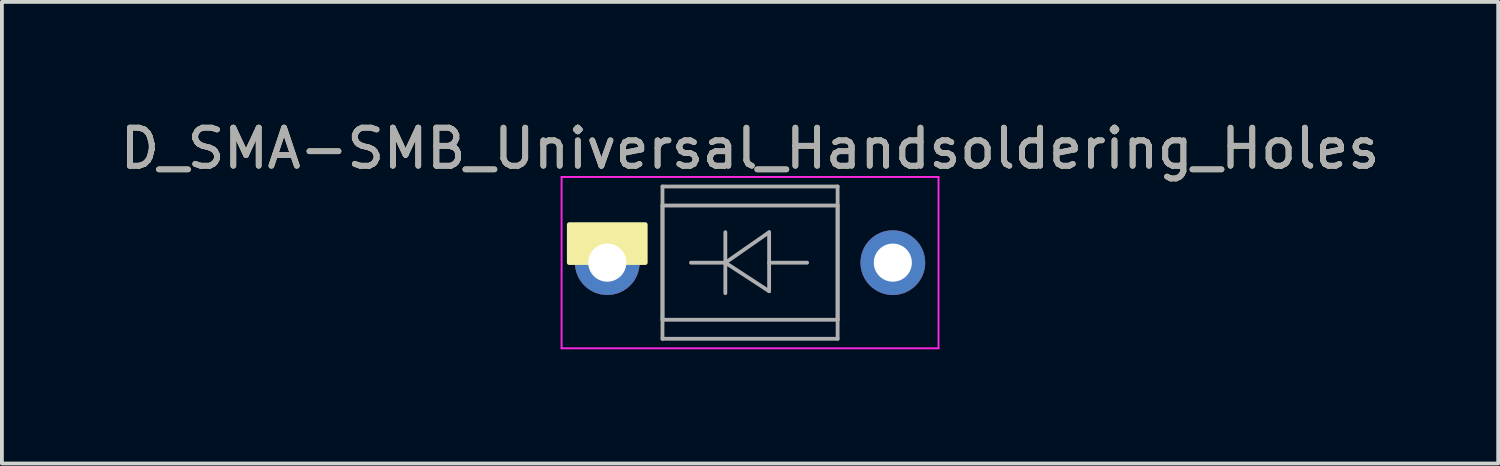
<source format=kicad_pcb>
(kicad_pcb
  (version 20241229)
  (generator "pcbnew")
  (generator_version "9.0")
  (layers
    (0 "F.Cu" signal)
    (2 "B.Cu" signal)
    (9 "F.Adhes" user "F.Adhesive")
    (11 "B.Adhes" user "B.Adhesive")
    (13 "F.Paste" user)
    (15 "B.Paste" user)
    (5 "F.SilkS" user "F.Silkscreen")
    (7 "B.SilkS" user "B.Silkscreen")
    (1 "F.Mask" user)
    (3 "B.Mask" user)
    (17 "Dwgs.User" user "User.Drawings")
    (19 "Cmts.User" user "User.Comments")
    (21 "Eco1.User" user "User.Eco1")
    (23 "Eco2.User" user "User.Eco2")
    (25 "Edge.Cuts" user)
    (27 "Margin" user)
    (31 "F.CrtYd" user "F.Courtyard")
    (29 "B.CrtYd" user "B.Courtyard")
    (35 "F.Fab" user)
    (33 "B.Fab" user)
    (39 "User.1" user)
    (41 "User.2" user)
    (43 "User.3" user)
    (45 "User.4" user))
  (footprint "D_SMA-SMB_Universal_Handsoldering_Holes"
    (layer "F.Cu")
    (at 16.649 3.848)
    (property "Reference" "D_SMA-SMB_Universal_Handsoldering_Holes" (at 0 -3 0) (layer "F.SilkS") (effects (font (size 1 1) (thickness 0.15))))
    (attr smd)
    (fp_poly (pts (xy -2.75 0) (xy -4.75 0) (xy -4.75 -1) (xy -2.75 -1)) (stroke (width 0.12) (type solid)) (fill yes) (layer "F.SilkS"))
    (fp_line (start -4.95 -2.25) (end 4.95 -2.25) (stroke (width 0.05) (type solid)) (layer "F.CrtYd"))
    (fp_line (start -4.95 2.25) (end -4.95 -2.25) (stroke (width 0.05) (type solid)) (layer "F.CrtYd"))
    (fp_line (start 4.95 -2.25) (end 4.95 2.25) (stroke (width 0.05) (type solid)) (layer "F.CrtYd"))
    (fp_line (start 4.95 2.25) (end -4.95 2.25) (stroke (width 0.05) (type solid)) (layer "F.CrtYd"))
    (fp_line (start -2.3 1.5) (end -2.3 -1.5) (stroke (width 0.1) (type solid)) (layer "F.Fab"))
    (fp_line (start -2.3 2) (end -2.3 -2) (stroke (width 0.1) (type solid)) (layer "F.Fab"))
    (fp_line (start -0.649 -0.799) (end -0.649 0.801) (stroke (width 0.1) (type solid)) (layer "F.Fab"))
    (fp_line (start -0.649 0.001) (end -1.551 0.001) (stroke (width 0.1) (type solid)) (layer "F.Fab"))
    (fp_line (start -0.649 0.001) (end 0.501 -0.799) (stroke (width 0.1) (type solid)) (layer "F.Fab"))
    (fp_line (start -0.649 0.001) (end 0.501 0.75) (stroke (width 0.1) (type solid)) (layer "F.Fab"))
    (fp_line (start 0.501 0.001) (end 1.499 0.001) (stroke (width 0.1) (type solid)) (layer "F.Fab"))
    (fp_line (start 0.501 0.75) (end 0.501 -0.799) (stroke (width 0.1) (type solid)) (layer "F.Fab"))
    (fp_line (start 2.3 -2) (end -2.3 -2) (stroke (width 0.1) (type solid)) (layer "F.Fab"))
    (fp_line (start 2.3 -2) (end 2.3 2) (stroke (width 0.1) (type solid)) (layer "F.Fab"))
    (fp_line (start 2.3 -1.5) (end -2.3 -1.5) (stroke (width 0.1) (type solid)) (layer "F.Fab"))
    (fp_line (start 2.3 -1.5) (end 2.3 1.5) (stroke (width 0.1) (type solid)) (layer "F.Fab"))
    (fp_line (start 2.3 1.5) (end -2.3 1.5) (stroke (width 0.1) (type solid)) (layer "F.Fab"))
    (fp_line (start 2.3 2) (end -2.3 2) (stroke (width 0.1) (type solid)) (layer "F.Fab"))
    (fp_text user "${REFERENCE}" (at 0 -3 0) (layer "F.Fab") (effects (font (size 1 1) (thickness 0.15))))
    (pad "1" thru_hole circle (at -3.75 0) (size 1.7 1.7) (drill 1) (layers "*.Cu" "*.Mask"))
    (pad "2" thru_hole circle (at 3.75 0) (size 1.7 1.7) (drill 1) (layers "*.Cu" "*.Mask")))
  (gr_rect
    (start -3 -3)
    (end 36.298 9.123)
    (stroke (width 0.1) (type default))
    (fill no)
    (layer "Edge.Cuts")))
</source>
